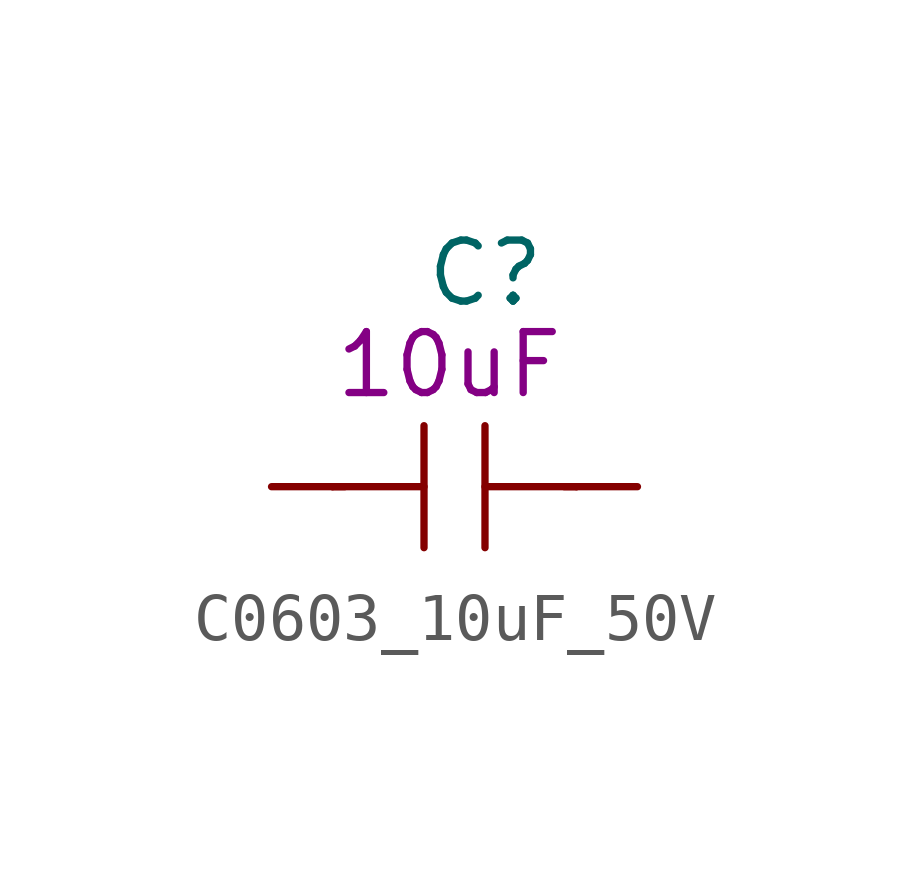
<source format=kicad_sym>
(kicad_symbol_lib
  (version 20211014)
  (generator kicad_symbol_editor)
  (symbol "C0603_10uF_50V"
    (pin_numbers hide)
    (pin_names
      (offset 1.016))
    (property "Reference" "C"
      (at -0.635 4.445 0)
      (effects (font (size 1.27 1.27)) (justify left)))
    (property "Symbol" "10uF"
      (at -2.54 2.54 0)
      (effects (font (size 1.27 1.27)) (justify left)))
    (symbol "C0603_10uF_50V_1_1"
      (polyline (pts (xy -2.54 0) (xy -0.635 0)) (stroke (width 0) (type default) (color 0 0 0 0)) (fill (type none)))
      (polyline (pts (xy -2.286 0) (xy -2.54 0)) (stroke (width 0) (type default) (color 0 0 0 0)) (fill (type none)))
      (polyline (pts (xy -0.635 1.27) (xy -0.635 -1.27)) (stroke (width 0) (type default) (color 0 0 0 0)) (fill (type none)))
      (polyline (pts (xy 0.635 0) (xy 2.54 0)) (stroke (width 0) (type default) (color 0 0 0 0)) (fill (type none)))
      (polyline (pts (xy 0.635 1.27) (xy 0.635 -1.27)) (stroke (width 0) (type default) (color 0 0 0 0)) (fill (type none)))
      (polyline (pts (xy 2.286 0) (xy 2.54 0)) (stroke (width 0) (type default) (color 0 0 0 0)) (fill (type none)))
      (pin passive line (at -3.81 0 0) (length 1.27) (name "~" (effects (font (size 1.27 1.27)))) (number "1" (effects (font (size 1.27 1.27)))))
      (pin passive line (at 3.81 0 180) (length 1.27) (name "~" (effects (font (size 1.27 1.27)))) (number "2" (effects (font (size 1.27 1.27))))))))
</source>
